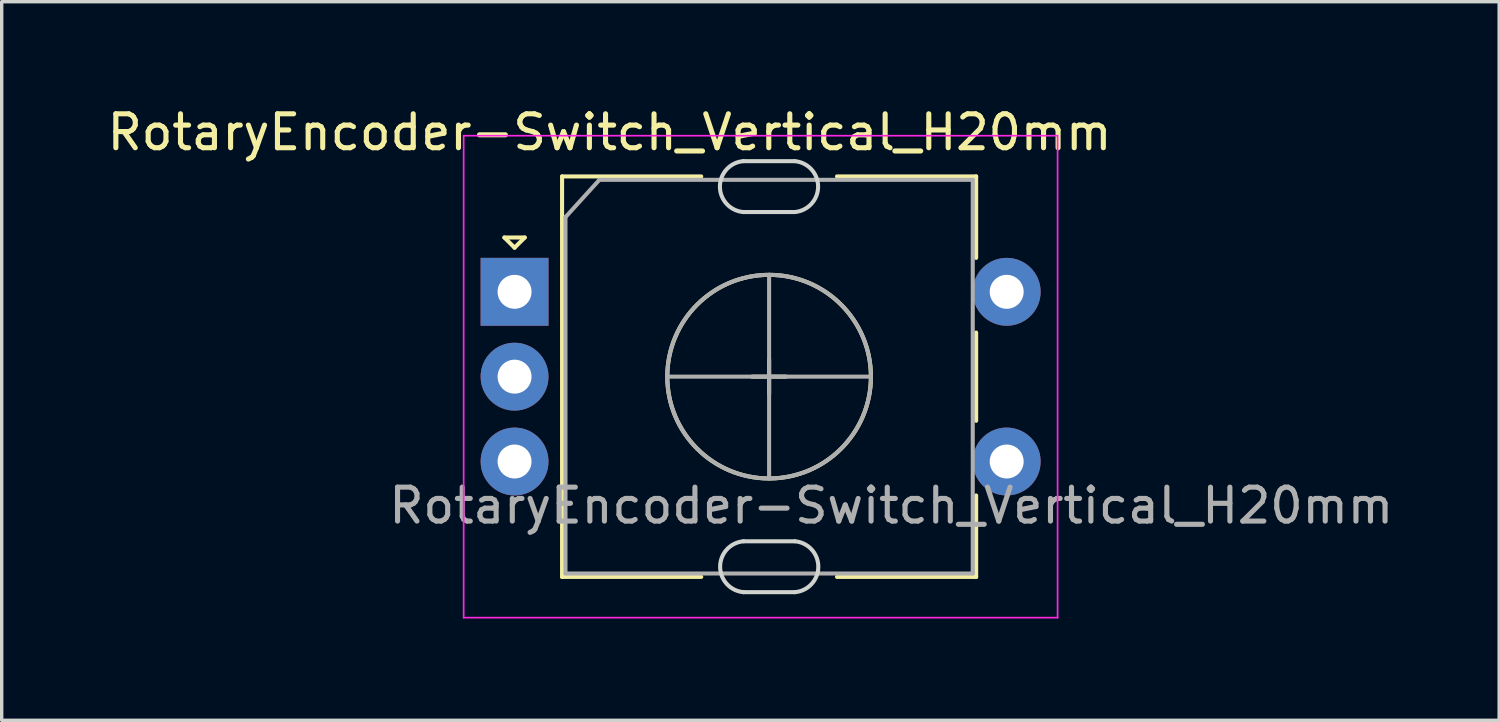
<source format=kicad_pcb>
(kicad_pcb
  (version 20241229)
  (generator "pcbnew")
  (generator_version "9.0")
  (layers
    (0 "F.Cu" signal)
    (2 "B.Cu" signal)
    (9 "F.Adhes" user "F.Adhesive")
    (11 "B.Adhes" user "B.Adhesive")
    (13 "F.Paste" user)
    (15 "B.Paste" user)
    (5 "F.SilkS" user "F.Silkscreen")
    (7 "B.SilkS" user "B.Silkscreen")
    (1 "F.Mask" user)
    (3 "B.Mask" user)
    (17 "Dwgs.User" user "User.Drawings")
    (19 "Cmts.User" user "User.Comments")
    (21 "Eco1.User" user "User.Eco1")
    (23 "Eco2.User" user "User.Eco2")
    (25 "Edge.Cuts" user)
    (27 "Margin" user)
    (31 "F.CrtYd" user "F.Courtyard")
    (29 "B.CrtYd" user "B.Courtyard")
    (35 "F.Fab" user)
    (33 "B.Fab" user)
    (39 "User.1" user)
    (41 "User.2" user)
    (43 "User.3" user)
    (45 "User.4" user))
  (footprint "RotaryEncoder-Switch_Vertical_H20mm"
    (layer "F.Cu")
    (at 19.611 8.048)
    (property "Reference" "RotaryEncoder-Switch_Vertical_H20mm" (at -4.7 -7.2 0) (layer "F.SilkS") (effects (font (size 1 1) (thickness 0.15))))
    (attr through_hole)
    (fp_line (start -7.8 -4.1) (end -7.2 -4.1) (stroke (width 0.12) (type solid)) (layer "F.SilkS"))
    (fp_line (start -7.5 -3.8) (end -7.8 -4.1) (stroke (width 0.12) (type solid)) (layer "F.SilkS"))
    (fp_line (start -7.2 -4.1) (end -7.5 -3.8) (stroke (width 0.12) (type solid)) (layer "F.SilkS"))
    (fp_line (start -6.1 -5.9) (end -6.1 5.9) (stroke (width 0.12) (type solid)) (layer "F.SilkS"))
    (fp_line (start -2 -5.9) (end -6.1 -5.9) (stroke (width 0.12) (type solid)) (layer "F.SilkS"))
    (fp_line (start -2 5.9) (end -6.1 5.9) (stroke (width 0.12) (type solid)) (layer "F.SilkS"))
    (fp_line (start -0.5 0) (end 0.5 0) (stroke (width 0.12) (type solid)) (layer "F.SilkS"))
    (fp_line (start 0 -0.5) (end 0 0.5) (stroke (width 0.12) (type solid)) (layer "F.SilkS"))
    (fp_line (start 2 -5.9) (end 6.1 -5.9) (stroke (width 0.12) (type solid)) (layer "F.SilkS"))
    (fp_line (start 6.1 -5.9) (end 6.1 -3.5) (stroke (width 0.12) (type solid)) (layer "F.SilkS"))
    (fp_line (start 6.1 -1.3) (end 6.1 1.3) (stroke (width 0.12) (type solid)) (layer "F.SilkS"))
    (fp_line (start 6.1 3.5) (end 6.1 5.9) (stroke (width 0.12) (type solid)) (layer "F.SilkS"))
    (fp_line (start 6.1 5.9) (end 2 5.9) (stroke (width 0.12) (type solid)) (layer "F.SilkS"))
    (fp_circle (center 0 0) (end 3 0) (stroke (width 0.12) (type solid)) (fill no) (layer "F.SilkS"))
    (fp_line (start -0.756 -4.85) (end 0.75 -4.85) (stroke (width 0.12) (type solid)) (layer "Edge.Cuts"))
    (fp_line (start -0.75 6.35) (end 0.756 6.35) (stroke (width 0.12) (type solid)) (layer "Edge.Cuts"))
    (fp_line (start 0.75 -6.35) (end -0.756 -6.35) (stroke (width 0.12) (type solid)) (layer "Edge.Cuts"))
    (fp_line (start 0.756 4.85) (end -0.75 4.85) (stroke (width 0.12) (type solid)) (layer "Edge.Cuts"))
    (fp_arc (start -0.75605 -4.85) (mid -1.45 -5.6) (end -0.75605 -6.35) (stroke (width 0.12) (type solid)) (layer "Edge.Cuts"))
    (fp_arc (start -0.75 6.35) (mid -1.44395 5.6) (end -0.75 4.85) (stroke (width 0.12) (type solid)) (layer "Edge.Cuts"))
    (fp_arc (start 0.75 -6.35) (mid 1.44395 -5.6) (end 0.75 -4.85) (stroke (width 0.12) (type solid)) (layer "Edge.Cuts"))
    (fp_arc (start 0.75605 4.85) (mid 1.45 5.6) (end 0.75605 6.35) (stroke (width 0.12) (type solid)) (layer "Edge.Cuts"))
    (fp_line (start -9 -7.1) (end -9 7.1) (stroke (width 0.05) (type solid)) (layer "F.CrtYd"))
    (fp_line (start -9 -7.1) (end 8.5 -7.1) (stroke (width 0.05) (type solid)) (layer "F.CrtYd"))
    (fp_line (start 8.5 7.1) (end -9 7.1) (stroke (width 0.05) (type solid)) (layer "F.CrtYd"))
    (fp_line (start 8.5 7.1) (end 8.5 -7.1) (stroke (width 0.05) (type solid)) (layer "F.CrtYd"))
    (fp_line (start -6 -4.7) (end -5 -5.8) (stroke (width 0.12) (type solid)) (layer "F.Fab"))
    (fp_line (start -6 5.8) (end -6 -4.7) (stroke (width 0.12) (type solid)) (layer "F.Fab"))
    (fp_line (start -5 -5.8) (end 6 -5.8) (stroke (width 0.12) (type solid)) (layer "F.Fab"))
    (fp_line (start -3 0) (end 3 0) (stroke (width 0.12) (type solid)) (layer "F.Fab"))
    (fp_line (start 0 -3) (end 0 3) (stroke (width 0.12) (type solid)) (layer "F.Fab"))
    (fp_line (start 6 -5.8) (end 6 5.8) (stroke (width 0.12) (type solid)) (layer "F.Fab"))
    (fp_line (start 6 5.8) (end -6 5.8) (stroke (width 0.12) (type solid)) (layer "F.Fab"))
    (fp_circle (center 0 0) (end 3 0) (stroke (width 0.12) (type solid)) (fill no) (layer "F.Fab"))
    (fp_text user "${REFERENCE}" (at 3.6 3.8 0) (layer "F.Fab") (effects (font (size 1 1) (thickness 0.15))))
    (pad "A" thru_hole rect (at -7.5 -2.5) (size 2 2) (drill 1) (layers "*.Cu" "*.Mask"))
    (pad "B" thru_hole circle (at -7.5 2.5) (size 2 2) (drill 1) (layers "*.Cu" "*.Mask"))
    (pad "C" thru_hole circle (at -7.5 0) (size 2 2) (drill 1) (layers "*.Cu" "*.Mask"))
    (pad "S1" thru_hole circle (at 7 2.5) (size 2 2) (drill 1) (layers "*.Cu" "*.Mask"))
    (pad "S2" thru_hole circle (at 7 -2.5) (size 2 2) (drill 1) (layers "*.Cu" "*.Mask")))
  (gr_rect
    (start -3 -3)
    (end 41.121 18.173)
    (stroke (width 0.1) (type default))
    (fill no)
    (layer "Edge.Cuts")))
</source>
